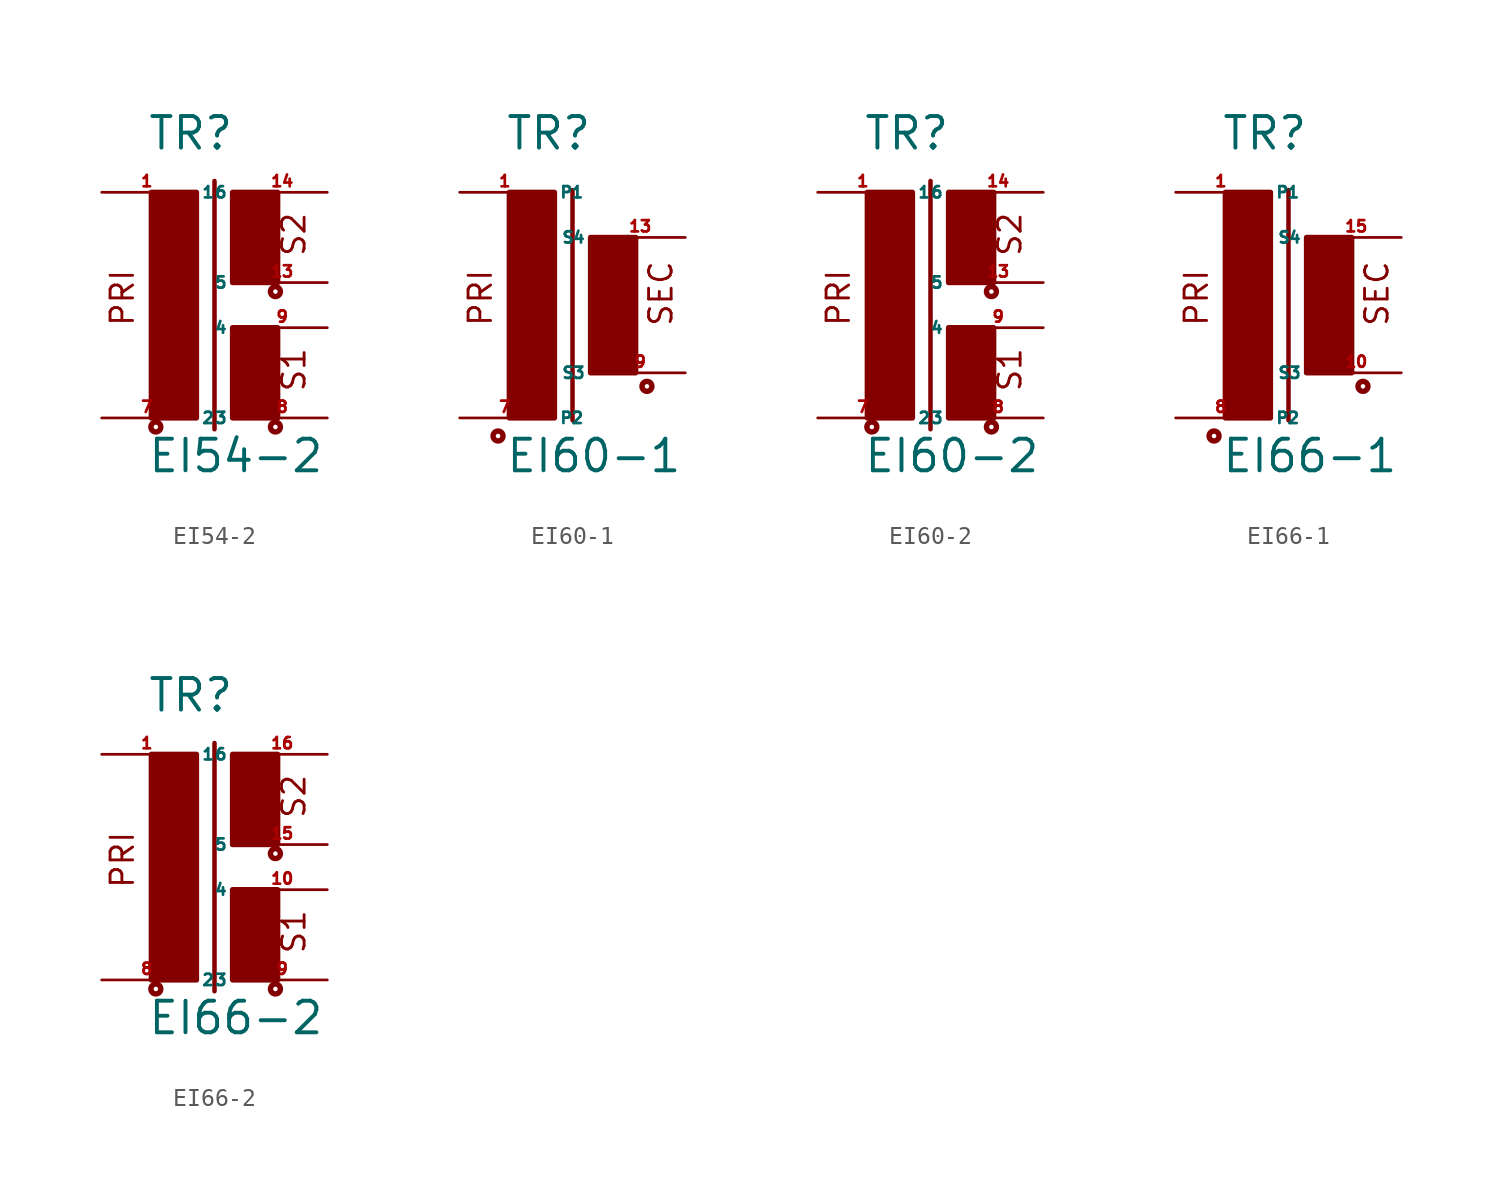
<source format=kicad_sym>
(kicad_symbol_lib
  (version 20220914)
  (generator Eagle2Kicad)
  (symbol "EI54-2"
    (property "Reference" "TR"
      (at -2.54 7.366 0)
      (effects (font (size 1.778 1.778) (thickness 0.22)) (justify left bottom)))
    (property "Value" "EI54-2"
      (at -2.54 -10.795 0)
      (effects (font (size 1.778 1.778) (thickness 0.22)) (justify left bottom)))
    (polyline
      (pts (xy 1.27 5.715) (xy 1.27 -8.255))
      (stroke (width 0.254) (type default))
      (fill (type none)))
    (text "PRI"
      (at -3.175 -2.54 900)
      (effects (font (size 1.27 1.27) (thickness 0.16)) (justify left bottom)))
    (text "S1"
      (at 6.477 -6.223 900)
      (effects (font (size 1.27 1.27) (thickness 0.16)) (justify left bottom)))
    (text "S2"
      (at 6.477 1.397 900)
      (effects (font (size 1.27 1.27) (thickness 0.16)) (justify left bottom)))
    (circle
      (center -2.032 -8.128)
      (radius 0.127)
      (stroke (width 0.305) (type default))
      (fill (type none)))
    (circle
      (center 4.699 -8.128)
      (radius 0.127)
      (stroke (width 0.305) (type default))
      (fill (type none)))
    (circle
      (center 4.699 -0.508)
      (radius 0.127)
      (stroke (width 0.305) (type default))
      (fill (type none)))
    (rectangle
      (start -2.286 -7.62)
      (end 0.254 5.08)
      (stroke (width 0.3) (type default))
      (fill (type outline)))
    (rectangle
      (start 2.286 0)
      (end 4.826 5.08)
      (stroke (width 0.3) (type default))
      (fill (type outline)))
    (rectangle
      (start 2.286 -7.62)
      (end 4.826 -2.54)
      (stroke (width 0.3) (type default))
      (fill (type outline)))
    (pin passive line
      (at -5.08 5.08 0)
      (length 5.08)
      (name "1" (effects (font (size 0.635 0.635) (thickness 0.08)) (justify left bottom)))
      (number "1" (effects (font (size 0.635 0.635) (thickness 0.08)) (justify left bottom))))
    (pin passive line
      (at -5.08 -7.62 0)
      (length 5.08)
      (name "2" (effects (font (size 0.635 0.635) (thickness 0.08)) (justify left bottom)))
      (number "7" (effects (font (size 0.635 0.635) (thickness 0.08)) (justify left bottom))))
    (pin passive line
      (at 7.62 -7.62 180)
      (length 5.08)
      (name "3" (effects (font (size 0.635 0.635) (thickness 0.08)) (justify left bottom)))
      (number "8" (effects (font (size 0.635 0.635) (thickness 0.08)) (justify left bottom))))
    (pin passive line
      (at 7.62 -2.54 180)
      (length 5.08)
      (name "4" (effects (font (size 0.635 0.635) (thickness 0.08)) (justify left bottom)))
      (number "9" (effects (font (size 0.635 0.635) (thickness 0.08)) (justify left bottom))))
    (pin passive line
      (at 7.62 0 180)
      (length 5.08)
      (name "5" (effects (font (size 0.635 0.635) (thickness 0.08)) (justify left bottom)))
      (number "13" (effects (font (size 0.635 0.635) (thickness 0.08)) (justify left bottom))))
    (pin passive line
      (at 7.62 5.08 180)
      (length 5.08)
      (name "6" (effects (font (size 0.635 0.635) (thickness 0.08)) (justify left bottom)))
      (number "14" (effects (font (size 0.635 0.635) (thickness 0.08)) (justify left bottom)))))
  (symbol "EI60-1"
    (property "Reference" "TR"
      (at -2.54 7.366 0)
      (effects (font (size 1.778 1.778) (thickness 0.22)) (justify left bottom)))
    (property "Value" "EI60-1"
      (at -2.54 -10.795 0)
      (effects (font (size 1.778 1.778) (thickness 0.22)) (justify left bottom)))
    (polyline
      (pts (xy 1.27 5.207) (xy 1.27 -7.747))
      (stroke (width 0.254) (type default))
      (fill (type none)))
    (text "PRI"
      (at -3.175 -2.54 900)
      (effects (font (size 1.27 1.27) (thickness 0.16)) (justify left bottom)))
    (text "SEC"
      (at 6.985 -2.54 900)
      (effects (font (size 1.27 1.27) (thickness 0.16)) (justify left bottom)))
    (circle
      (center -2.921 -8.636)
      (radius 0.127)
      (stroke (width 0.305) (type default))
      (fill (type none)))
    (circle
      (center 5.461 -5.842)
      (radius 0.127)
      (stroke (width 0.305) (type default))
      (fill (type none)))
    (rectangle
      (start -2.286 -7.62)
      (end 0.254 5.08)
      (stroke (width 0.3) (type default))
      (fill (type outline)))
    (rectangle
      (start 2.286 -5.08)
      (end 4.826 2.54)
      (stroke (width 0.3) (type default))
      (fill (type outline)))
    (pin passive line
      (at -5.08 5.08 0)
      (length 5.08)
      (name "P1" (effects (font (size 0.635 0.635) (thickness 0.08)) (justify left bottom)))
      (number "1" (effects (font (size 0.635 0.635) (thickness 0.08)) (justify left bottom))))
    (pin passive line
      (at -5.08 -7.62 0)
      (length 5.08)
      (name "P2" (effects (font (size 0.635 0.635) (thickness 0.08)) (justify left bottom)))
      (number "7" (effects (font (size 0.635 0.635) (thickness 0.08)) (justify left bottom))))
    (pin passive line
      (at 7.62 -5.08 180)
      (length 5.08)
      (name "S3" (effects (font (size 0.635 0.635) (thickness 0.08)) (justify left bottom)))
      (number "9" (effects (font (size 0.635 0.635) (thickness 0.08)) (justify left bottom))))
    (pin passive line
      (at 7.62 2.54 180)
      (length 5.08)
      (name "S4" (effects (font (size 0.635 0.635) (thickness 0.08)) (justify left bottom)))
      (number "13" (effects (font (size 0.635 0.635) (thickness 0.08)) (justify left bottom)))))
  (symbol "EI60-2"
    (property "Reference" "TR"
      (at -2.54 7.366 0)
      (effects (font (size 1.778 1.778) (thickness 0.22)) (justify left bottom)))
    (property "Value" "EI60-2"
      (at -2.54 -10.795 0)
      (effects (font (size 1.778 1.778) (thickness 0.22)) (justify left bottom)))
    (polyline
      (pts (xy 1.27 5.715) (xy 1.27 -8.255))
      (stroke (width 0.254) (type default))
      (fill (type none)))
    (text "PRI"
      (at -3.175 -2.54 900)
      (effects (font (size 1.27 1.27) (thickness 0.16)) (justify left bottom)))
    (text "S1"
      (at 6.477 -6.223 900)
      (effects (font (size 1.27 1.27) (thickness 0.16)) (justify left bottom)))
    (text "S2"
      (at 6.477 1.397 900)
      (effects (font (size 1.27 1.27) (thickness 0.16)) (justify left bottom)))
    (circle
      (center -2.032 -8.128)
      (radius 0.127)
      (stroke (width 0.305) (type default))
      (fill (type none)))
    (circle
      (center 4.699 -8.128)
      (radius 0.127)
      (stroke (width 0.305) (type default))
      (fill (type none)))
    (circle
      (center 4.699 -0.508)
      (radius 0.127)
      (stroke (width 0.305) (type default))
      (fill (type none)))
    (rectangle
      (start -2.286 -7.62)
      (end 0.254 5.08)
      (stroke (width 0.3) (type default))
      (fill (type outline)))
    (rectangle
      (start 2.286 0)
      (end 4.826 5.08)
      (stroke (width 0.3) (type default))
      (fill (type outline)))
    (rectangle
      (start 2.286 -7.62)
      (end 4.826 -2.54)
      (stroke (width 0.3) (type default))
      (fill (type outline)))
    (pin passive line
      (at -5.08 5.08 0)
      (length 5.08)
      (name "1" (effects (font (size 0.635 0.635) (thickness 0.08)) (justify left bottom)))
      (number "1" (effects (font (size 0.635 0.635) (thickness 0.08)) (justify left bottom))))
    (pin passive line
      (at -5.08 -7.62 0)
      (length 5.08)
      (name "2" (effects (font (size 0.635 0.635) (thickness 0.08)) (justify left bottom)))
      (number "7" (effects (font (size 0.635 0.635) (thickness 0.08)) (justify left bottom))))
    (pin passive line
      (at 7.62 -7.62 180)
      (length 5.08)
      (name "3" (effects (font (size 0.635 0.635) (thickness 0.08)) (justify left bottom)))
      (number "8" (effects (font (size 0.635 0.635) (thickness 0.08)) (justify left bottom))))
    (pin passive line
      (at 7.62 -2.54 180)
      (length 5.08)
      (name "4" (effects (font (size 0.635 0.635) (thickness 0.08)) (justify left bottom)))
      (number "9" (effects (font (size 0.635 0.635) (thickness 0.08)) (justify left bottom))))
    (pin passive line
      (at 7.62 0 180)
      (length 5.08)
      (name "5" (effects (font (size 0.635 0.635) (thickness 0.08)) (justify left bottom)))
      (number "13" (effects (font (size 0.635 0.635) (thickness 0.08)) (justify left bottom))))
    (pin passive line
      (at 7.62 5.08 180)
      (length 5.08)
      (name "6" (effects (font (size 0.635 0.635) (thickness 0.08)) (justify left bottom)))
      (number "14" (effects (font (size 0.635 0.635) (thickness 0.08)) (justify left bottom)))))
  (symbol "EI66-1"
    (property "Reference" "TR"
      (at -2.54 7.366 0)
      (effects (font (size 1.778 1.778) (thickness 0.22)) (justify left bottom)))
    (property "Value" "EI66-1"
      (at -2.54 -10.795 0)
      (effects (font (size 1.778 1.778) (thickness 0.22)) (justify left bottom)))
    (polyline
      (pts (xy 1.27 5.207) (xy 1.27 -7.747))
      (stroke (width 0.254) (type default))
      (fill (type none)))
    (text "PRI"
      (at -3.175 -2.54 900)
      (effects (font (size 1.27 1.27) (thickness 0.16)) (justify left bottom)))
    (text "SEC"
      (at 6.985 -2.54 900)
      (effects (font (size 1.27 1.27) (thickness 0.16)) (justify left bottom)))
    (circle
      (center -2.921 -8.636)
      (radius 0.127)
      (stroke (width 0.305) (type default))
      (fill (type none)))
    (circle
      (center 5.461 -5.842)
      (radius 0.127)
      (stroke (width 0.305) (type default))
      (fill (type none)))
    (rectangle
      (start -2.286 -7.62)
      (end 0.254 5.08)
      (stroke (width 0.3) (type default))
      (fill (type outline)))
    (rectangle
      (start 2.286 -5.08)
      (end 4.826 2.54)
      (stroke (width 0.3) (type default))
      (fill (type outline)))
    (pin passive line
      (at -5.08 5.08 0)
      (length 5.08)
      (name "P1" (effects (font (size 0.635 0.635) (thickness 0.08)) (justify left bottom)))
      (number "1" (effects (font (size 0.635 0.635) (thickness 0.08)) (justify left bottom))))
    (pin passive line
      (at -5.08 -7.62 0)
      (length 5.08)
      (name "P2" (effects (font (size 0.635 0.635) (thickness 0.08)) (justify left bottom)))
      (number "8" (effects (font (size 0.635 0.635) (thickness 0.08)) (justify left bottom))))
    (pin passive line
      (at 7.62 -5.08 180)
      (length 5.08)
      (name "S3" (effects (font (size 0.635 0.635) (thickness 0.08)) (justify left bottom)))
      (number "10" (effects (font (size 0.635 0.635) (thickness 0.08)) (justify left bottom))))
    (pin passive line
      (at 7.62 2.54 180)
      (length 5.08)
      (name "S4" (effects (font (size 0.635 0.635) (thickness 0.08)) (justify left bottom)))
      (number "15" (effects (font (size 0.635 0.635) (thickness 0.08)) (justify left bottom)))))
  (symbol "EI66-2"
    (property "Reference" "TR"
      (at -2.54 7.366 0)
      (effects (font (size 1.778 1.778) (thickness 0.22)) (justify left bottom)))
    (property "Value" "EI66-2"
      (at -2.54 -10.795 0)
      (effects (font (size 1.778 1.778) (thickness 0.22)) (justify left bottom)))
    (polyline
      (pts (xy 1.27 5.715) (xy 1.27 -8.255))
      (stroke (width 0.254) (type default))
      (fill (type none)))
    (text "PRI"
      (at -3.175 -2.54 900)
      (effects (font (size 1.27 1.27) (thickness 0.16)) (justify left bottom)))
    (text "S1"
      (at 6.477 -6.223 900)
      (effects (font (size 1.27 1.27) (thickness 0.16)) (justify left bottom)))
    (text "S2"
      (at 6.477 1.397 900)
      (effects (font (size 1.27 1.27) (thickness 0.16)) (justify left bottom)))
    (circle
      (center -2.032 -8.128)
      (radius 0.127)
      (stroke (width 0.305) (type default))
      (fill (type none)))
    (circle
      (center 4.699 -8.128)
      (radius 0.127)
      (stroke (width 0.305) (type default))
      (fill (type none)))
    (circle
      (center 4.699 -0.508)
      (radius 0.127)
      (stroke (width 0.305) (type default))
      (fill (type none)))
    (rectangle
      (start -2.286 -7.62)
      (end 0.254 5.08)
      (stroke (width 0.3) (type default))
      (fill (type outline)))
    (rectangle
      (start 2.286 0)
      (end 4.826 5.08)
      (stroke (width 0.3) (type default))
      (fill (type outline)))
    (rectangle
      (start 2.286 -7.62)
      (end 4.826 -2.54)
      (stroke (width 0.3) (type default))
      (fill (type outline)))
    (pin passive line
      (at -5.08 5.08 0)
      (length 5.08)
      (name "1" (effects (font (size 0.635 0.635) (thickness 0.08)) (justify left bottom)))
      (number "1" (effects (font (size 0.635 0.635) (thickness 0.08)) (justify left bottom))))
    (pin passive line
      (at -5.08 -7.62 0)
      (length 5.08)
      (name "2" (effects (font (size 0.635 0.635) (thickness 0.08)) (justify left bottom)))
      (number "8" (effects (font (size 0.635 0.635) (thickness 0.08)) (justify left bottom))))
    (pin passive line
      (at 7.62 -7.62 180)
      (length 5.08)
      (name "3" (effects (font (size 0.635 0.635) (thickness 0.08)) (justify left bottom)))
      (number "9" (effects (font (size 0.635 0.635) (thickness 0.08)) (justify left bottom))))
    (pin passive line
      (at 7.62 -2.54 180)
      (length 5.08)
      (name "4" (effects (font (size 0.635 0.635) (thickness 0.08)) (justify left bottom)))
      (number "10" (effects (font (size 0.635 0.635) (thickness 0.08)) (justify left bottom))))
    (pin passive line
      (at 7.62 0 180)
      (length 5.08)
      (name "5" (effects (font (size 0.635 0.635) (thickness 0.08)) (justify left bottom)))
      (number "15" (effects (font (size 0.635 0.635) (thickness 0.08)) (justify left bottom))))
    (pin passive line
      (at 7.62 5.08 180)
      (length 5.08)
      (name "6" (effects (font (size 0.635 0.635) (thickness 0.08)) (justify left bottom)))
      (number "16" (effects (font (size 0.635 0.635) (thickness 0.08)) (justify left bottom))))))
</source>
